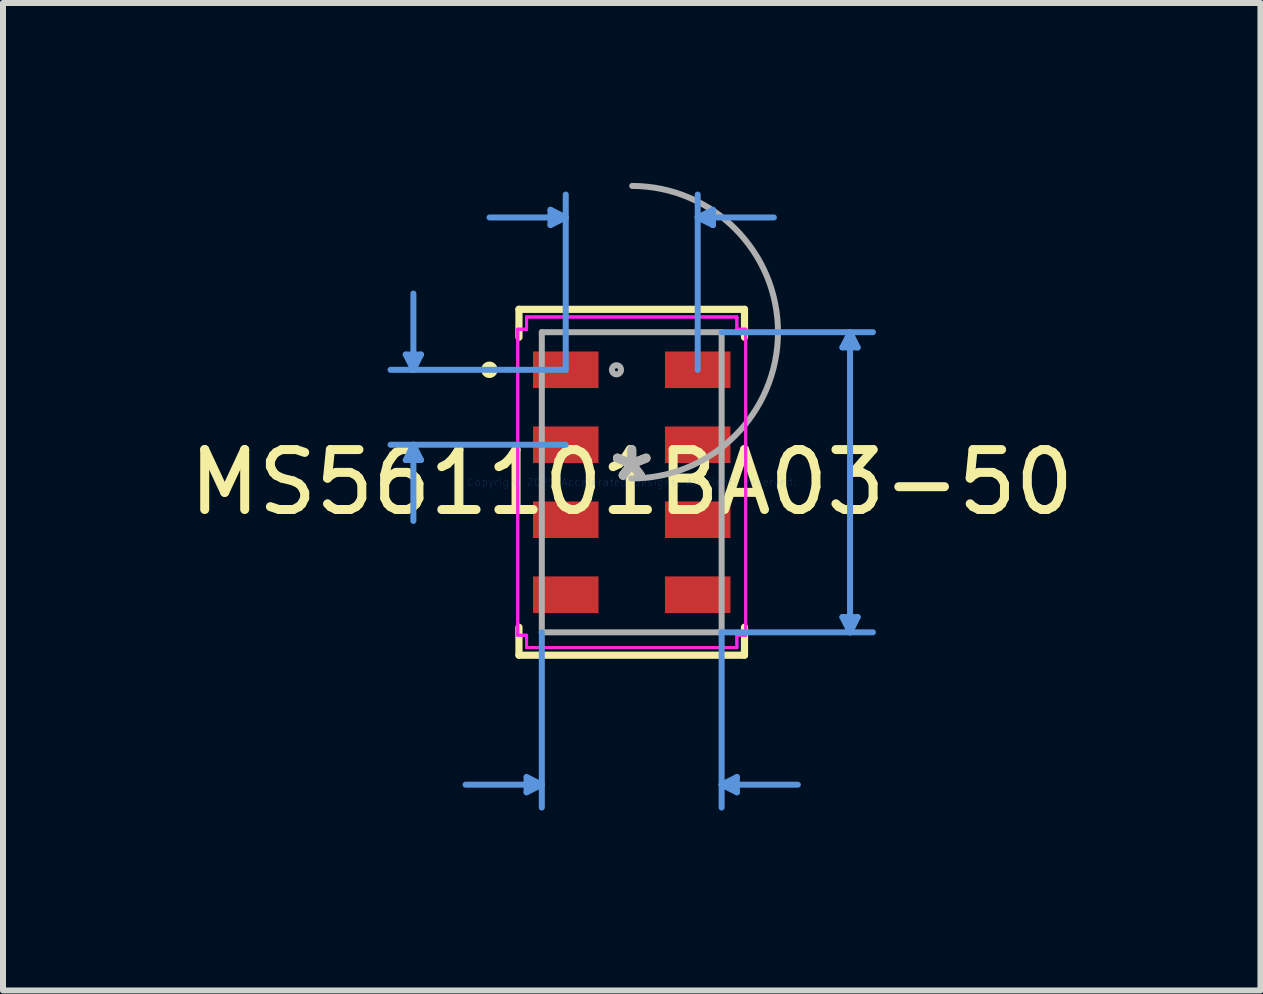
<source format=kicad_pcb>
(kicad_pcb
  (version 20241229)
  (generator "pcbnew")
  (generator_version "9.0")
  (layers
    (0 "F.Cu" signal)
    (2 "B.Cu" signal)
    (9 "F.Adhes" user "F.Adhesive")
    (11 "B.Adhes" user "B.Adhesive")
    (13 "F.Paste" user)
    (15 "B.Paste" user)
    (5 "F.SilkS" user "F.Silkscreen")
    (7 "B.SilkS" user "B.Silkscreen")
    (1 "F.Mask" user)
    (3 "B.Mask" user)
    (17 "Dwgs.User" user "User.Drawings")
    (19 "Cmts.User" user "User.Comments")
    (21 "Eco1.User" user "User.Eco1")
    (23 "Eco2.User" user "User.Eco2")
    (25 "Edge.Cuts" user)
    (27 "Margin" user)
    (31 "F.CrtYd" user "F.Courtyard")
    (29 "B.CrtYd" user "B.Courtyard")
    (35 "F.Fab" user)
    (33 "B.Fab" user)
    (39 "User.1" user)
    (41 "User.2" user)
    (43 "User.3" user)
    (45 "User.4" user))
  (footprint "MS561101BA03-50"
    (layer "F.Cu")
    (at 7.482 4.99)
    (property "Reference" "MS561101BA03-50" (at 0 0 0) (layer "F.SilkS") (effects (font (size 1 1) (thickness 0.15))))
    (attr through_hole)
    (fp_poly (pts (xy -1.646 -2.18) (xy -1.646 -1.57) (xy -0.554 -1.57) (xy -0.554 -2.18)) (stroke (width 0.1) (type solid)) (fill yes) (layer "F.Mask"))
    (fp_poly (pts (xy -1.646 -0.93) (xy -1.646 -0.32) (xy -0.554 -0.32) (xy -0.554 -0.93)) (stroke (width 0.1) (type solid)) (fill yes) (layer "F.Mask"))
    (fp_poly (pts (xy -1.646 0.32) (xy -1.646 0.93) (xy -0.554 0.93) (xy -0.554 0.32)) (stroke (width 0.1) (type solid)) (fill yes) (layer "F.Mask"))
    (fp_poly (pts (xy -1.646 1.57) (xy -1.646 2.18) (xy -0.554 2.18) (xy -0.554 1.57)) (stroke (width 0.1) (type solid)) (fill yes) (layer "F.Mask"))
    (fp_poly (pts (xy 0.554 -2.18) (xy 0.554 -1.57) (xy 1.646 -1.57) (xy 1.646 -2.18)) (stroke (width 0.1) (type solid)) (fill yes) (layer "F.Mask"))
    (fp_poly (pts (xy 0.554 -0.93) (xy 0.554 -0.32) (xy 1.646 -0.32) (xy 1.646 -0.93)) (stroke (width 0.1) (type solid)) (fill yes) (layer "F.Mask"))
    (fp_poly (pts (xy 0.554 0.32) (xy 0.554 0.93) (xy 1.646 0.93) (xy 1.646 0.32)) (stroke (width 0.1) (type solid)) (fill yes) (layer "F.Mask"))
    (fp_poly (pts (xy 0.554 1.57) (xy 0.554 2.18) (xy 1.646 2.18) (xy 1.646 1.57)) (stroke (width 0.1) (type solid)) (fill yes) (layer "F.Mask"))
    (fp_line (start -1.88 -2.883) (end -1.88 -2.417) (stroke (width 0.12) (type solid)) (layer "F.SilkS"))
    (fp_line (start -1.88 2.417) (end -1.88 2.883) (stroke (width 0.12) (type solid)) (layer "F.SilkS"))
    (fp_line (start -1.88 2.883) (end 1.88 2.883) (stroke (width 0.12) (type solid)) (layer "F.SilkS"))
    (fp_line (start 1.88 -2.883) (end -1.88 -2.883) (stroke (width 0.12) (type solid)) (layer "F.SilkS"))
    (fp_line (start 1.88 -2.417) (end 1.88 -2.883) (stroke (width 0.12) (type solid)) (layer "F.SilkS"))
    (fp_line (start 1.88 2.883) (end 1.88 2.417) (stroke (width 0.12) (type solid)) (layer "F.SilkS"))
    (fp_circle (center -2.373 -1.875) (end -2.296 -1.875) (stroke (width 0.12) (type solid)) (fill no) (layer "F.SilkS"))
    (fp_poly (pts (xy -1.646 -2.18) (xy -1.646 -1.57) (xy -0.554 -1.57) (xy -0.554 -2.18)) (stroke (width 0.1) (type solid)) (fill yes) (layer "F.Paste"))
    (fp_poly (pts (xy -1.646 -0.93) (xy -1.646 -0.32) (xy -0.554 -0.32) (xy -0.554 -0.93)) (stroke (width 0.1) (type solid)) (fill yes) (layer "F.Paste"))
    (fp_poly (pts (xy -1.646 0.32) (xy -1.646 0.93) (xy -0.554 0.93) (xy -0.554 0.32)) (stroke (width 0.1) (type solid)) (fill yes) (layer "F.Paste"))
    (fp_poly (pts (xy -1.646 1.57) (xy -1.646 2.18) (xy -0.554 2.18) (xy -0.554 1.57)) (stroke (width 0.1) (type solid)) (fill yes) (layer "F.Paste"))
    (fp_poly (pts (xy 0.554 -2.18) (xy 0.554 -1.57) (xy 1.646 -1.57) (xy 1.646 -2.18)) (stroke (width 0.1) (type solid)) (fill yes) (layer "F.Paste"))
    (fp_poly (pts (xy 0.554 -0.93) (xy 0.554 -0.32) (xy 1.646 -0.32) (xy 1.646 -0.93)) (stroke (width 0.1) (type solid)) (fill yes) (layer "F.Paste"))
    (fp_poly (pts (xy 0.554 0.32) (xy 0.554 0.93) (xy 1.646 0.93) (xy 1.646 0.32)) (stroke (width 0.1) (type solid)) (fill yes) (layer "F.Paste"))
    (fp_poly (pts (xy 0.554 1.57) (xy 0.554 2.18) (xy 1.646 2.18) (xy 1.646 1.57)) (stroke (width 0.1) (type solid)) (fill yes) (layer "F.Paste"))
    (fp_line (start -3.767 -2.129) (end -3.513 -2.129) (stroke (width 0.1) (type solid)) (layer "Cmts.User"))
    (fp_line (start -3.767 -0.371) (end -3.513 -0.371) (stroke (width 0.1) (type solid)) (layer "Cmts.User"))
    (fp_line (start -3.64 -1.875) (end -3.767 -2.129) (stroke (width 0.1) (type solid)) (layer "Cmts.User"))
    (fp_line (start -3.64 -1.875) (end -3.64 -3.145) (stroke (width 0.1) (type solid)) (layer "Cmts.User"))
    (fp_line (start -3.64 -1.875) (end -3.513 -2.129) (stroke (width 0.1) (type solid)) (layer "Cmts.User"))
    (fp_line (start -3.64 -0.625) (end -3.767 -0.371) (stroke (width 0.1) (type solid)) (layer "Cmts.User"))
    (fp_line (start -3.64 -0.625) (end -3.64 0.645) (stroke (width 0.1) (type solid)) (layer "Cmts.User"))
    (fp_line (start -3.64 -0.625) (end -3.513 -0.371) (stroke (width 0.1) (type solid)) (layer "Cmts.User"))
    (fp_line (start -1.753 4.915) (end -1.753 5.169) (stroke (width 0.1) (type solid)) (layer "Cmts.User"))
    (fp_line (start -1.499 2.502) (end -1.499 5.423) (stroke (width 0.1) (type solid)) (layer "Cmts.User"))
    (fp_line (start -1.499 5.042) (end -2.769 5.042) (stroke (width 0.1) (type solid)) (layer "Cmts.User"))
    (fp_line (start -1.499 5.042) (end -1.753 4.915) (stroke (width 0.1) (type solid)) (layer "Cmts.User"))
    (fp_line (start -1.499 5.042) (end -1.753 5.169) (stroke (width 0.1) (type solid)) (layer "Cmts.User"))
    (fp_line (start -1.354 -4.542) (end -1.354 -4.288) (stroke (width 0.1) (type solid)) (layer "Cmts.User"))
    (fp_line (start -1.1 -4.415) (end -2.37 -4.415) (stroke (width 0.1) (type solid)) (layer "Cmts.User"))
    (fp_line (start -1.1 -4.415) (end -1.354 -4.542) (stroke (width 0.1) (type solid)) (layer "Cmts.User"))
    (fp_line (start -1.1 -4.415) (end -1.354 -4.288) (stroke (width 0.1) (type solid)) (layer "Cmts.User"))
    (fp_line (start -1.1 -1.875) (end -4.021 -1.875) (stroke (width 0.1) (type solid)) (layer "Cmts.User"))
    (fp_line (start -1.1 -1.875) (end -1.1 -4.796) (stroke (width 0.1) (type solid)) (layer "Cmts.User"))
    (fp_line (start -1.1 -0.625) (end -4.021 -0.625) (stroke (width 0.1) (type solid)) (layer "Cmts.User"))
    (fp_line (start 1.1 -4.415) (end 1.354 -4.542) (stroke (width 0.1) (type solid)) (layer "Cmts.User"))
    (fp_line (start 1.1 -4.415) (end 1.354 -4.288) (stroke (width 0.1) (type solid)) (layer "Cmts.User"))
    (fp_line (start 1.1 -4.415) (end 2.37 -4.415) (stroke (width 0.1) (type solid)) (layer "Cmts.User"))
    (fp_line (start 1.1 -1.875) (end 1.1 -4.796) (stroke (width 0.1) (type solid)) (layer "Cmts.User"))
    (fp_line (start 1.354 -4.542) (end 1.354 -4.288) (stroke (width 0.1) (type solid)) (layer "Cmts.User"))
    (fp_line (start 1.499 -2.502) (end 4.021 -2.502) (stroke (width 0.1) (type solid)) (layer "Cmts.User"))
    (fp_line (start 1.499 2.502) (end 1.499 5.423) (stroke (width 0.1) (type solid)) (layer "Cmts.User"))
    (fp_line (start 1.499 2.502) (end 4.021 2.502) (stroke (width 0.1) (type solid)) (layer "Cmts.User"))
    (fp_line (start 1.499 5.042) (end 1.753 4.915) (stroke (width 0.1) (type solid)) (layer "Cmts.User"))
    (fp_line (start 1.499 5.042) (end 1.753 5.169) (stroke (width 0.1) (type solid)) (layer "Cmts.User"))
    (fp_line (start 1.499 5.042) (end 2.769 5.042) (stroke (width 0.1) (type solid)) (layer "Cmts.User"))
    (fp_line (start 1.753 4.915) (end 1.753 5.169) (stroke (width 0.1) (type solid)) (layer "Cmts.User"))
    (fp_line (start 3.513 -2.248) (end 3.767 -2.248) (stroke (width 0.1) (type solid)) (layer "Cmts.User"))
    (fp_line (start 3.513 2.248) (end 3.767 2.248) (stroke (width 0.1) (type solid)) (layer "Cmts.User"))
    (fp_line (start 3.64 -2.502) (end 3.513 -2.248) (stroke (width 0.1) (type solid)) (layer "Cmts.User"))
    (fp_line (start 3.64 -2.502) (end 3.64 2.502) (stroke (width 0.1) (type solid)) (layer "Cmts.User"))
    (fp_line (start 3.64 -2.502) (end 3.767 -2.248) (stroke (width 0.1) (type solid)) (layer "Cmts.User"))
    (fp_line (start 3.64 2.502) (end 3.513 2.248) (stroke (width 0.1) (type solid)) (layer "Cmts.User"))
    (fp_line (start 3.64 2.502) (end 3.767 2.248) (stroke (width 0.1) (type solid)) (layer "Cmts.User"))
    (fp_line (start -1.9 -2.551) (end -1.753 -2.551) (stroke (width 0.05) (type solid)) (layer "F.CrtYd"))
    (fp_line (start -1.9 -2.551) (end -1.753 -2.551) (stroke (width 0.05) (type solid)) (layer "F.CrtYd"))
    (fp_line (start -1.9 2.551) (end -1.9 -2.551) (stroke (width 0.05) (type solid)) (layer "F.CrtYd"))
    (fp_line (start -1.9 2.551) (end -1.9 -2.551) (stroke (width 0.05) (type solid)) (layer "F.CrtYd"))
    (fp_line (start -1.9 2.551) (end -1.753 2.551) (stroke (width 0.05) (type solid)) (layer "F.CrtYd"))
    (fp_line (start -1.753 -2.756) (end 1.753 -2.756) (stroke (width 0.05) (type solid)) (layer "F.CrtYd"))
    (fp_line (start -1.753 -2.756) (end 1.753 -2.756) (stroke (width 0.05) (type solid)) (layer "F.CrtYd"))
    (fp_line (start -1.753 -2.551) (end -1.753 -2.756) (stroke (width 0.05) (type solid)) (layer "F.CrtYd"))
    (fp_line (start -1.753 -2.551) (end -1.753 -2.756) (stroke (width 0.05) (type solid)) (layer "F.CrtYd"))
    (fp_line (start -1.753 2.551) (end -1.9 2.551) (stroke (width 0.05) (type solid)) (layer "F.CrtYd"))
    (fp_line (start -1.753 2.756) (end -1.753 2.551) (stroke (width 0.05) (type solid)) (layer "F.CrtYd"))
    (fp_line (start -1.753 2.756) (end -1.753 2.551) (stroke (width 0.05) (type solid)) (layer "F.CrtYd"))
    (fp_line (start 1.753 -2.756) (end 1.753 -2.551) (stroke (width 0.05) (type solid)) (layer "F.CrtYd"))
    (fp_line (start 1.753 -2.756) (end 1.753 -2.551) (stroke (width 0.05) (type solid)) (layer "F.CrtYd"))
    (fp_line (start 1.753 -2.551) (end 1.9 -2.551) (stroke (width 0.05) (type solid)) (layer "F.CrtYd"))
    (fp_line (start 1.753 2.551) (end 1.753 2.756) (stroke (width 0.05) (type solid)) (layer "F.CrtYd"))
    (fp_line (start 1.753 2.551) (end 1.753 2.756) (stroke (width 0.05) (type solid)) (layer "F.CrtYd"))
    (fp_line (start 1.753 2.756) (end -1.753 2.756) (stroke (width 0.05) (type solid)) (layer "F.CrtYd"))
    (fp_line (start 1.753 2.756) (end -1.753 2.756) (stroke (width 0.05) (type solid)) (layer "F.CrtYd"))
    (fp_line (start 1.9 -2.551) (end 1.753 -2.551) (stroke (width 0.05) (type solid)) (layer "F.CrtYd"))
    (fp_line (start 1.9 -2.551) (end 1.9 2.551) (stroke (width 0.05) (type solid)) (layer "F.CrtYd"))
    (fp_line (start 1.9 -2.551) (end 1.9 2.551) (stroke (width 0.05) (type solid)) (layer "F.CrtYd"))
    (fp_line (start 1.9 2.551) (end 1.753 2.551) (stroke (width 0.05) (type solid)) (layer "F.CrtYd"))
    (fp_line (start 1.9 2.551) (end 1.753 2.551) (stroke (width 0.05) (type solid)) (layer "F.CrtYd"))
    (fp_line (start -1.499 -2.502) (end -1.499 2.502) (stroke (width 0.1) (type solid)) (layer "F.Fab"))
    (fp_line (start -1.499 2.502) (end 1.499 2.502) (stroke (width 0.1) (type solid)) (layer "F.Fab"))
    (fp_line (start 1.499 -2.502) (end -1.499 -2.502) (stroke (width 0.1) (type solid)) (layer "F.Fab"))
    (fp_line (start 1.499 2.502) (end 1.499 -2.502) (stroke (width 0.1) (type solid)) (layer "F.Fab"))
    (fp_arc (start 0.007742 -4.940252) (mid 2.438352 -2.494158) (end -0.007742 -0.063548) (stroke (width 0.1) (type solid)) (layer "F.Fab"))
    (fp_circle (center -0.254 -1.875) (end -0.178 -1.875) (stroke (width 0.1) (type solid)) (fill no) (layer "F.Fab"))
    (fp_text user "*" (at 0 0 0) (layer "F.SilkS") (effects (font (size 1 1) (thickness 0.15))))
    (fp_text user "Copyright 2021 Accelerated Designs. All rights reserved." (at 0 0 0) (layer "Cmts.User") (effects (font (size 0.127 0.127) (thickness 0.002))))
    (fp_text user "*" (at 0 0 0) (layer "F.Fab") (effects (font (size 1 1) (thickness 0.15))))
    (pad "1" smd rect (at -1.1 -1.875) (size 1.092 0.61) (layers "F.Cu" "F.Mask" "F.Paste"))
    (pad "2" smd rect (at -1.1 -0.625) (size 1.092 0.61) (layers "F.Cu" "F.Mask" "F.Paste"))
    (pad "3" smd rect (at -1.1 0.625) (size 1.092 0.61) (layers "F.Cu" "F.Mask" "F.Paste"))
    (pad "4" smd rect (at -1.1 1.875) (size 1.092 0.61) (layers "F.Cu" "F.Mask" "F.Paste"))
    (pad "5" smd rect (at 1.1 1.875) (size 1.092 0.61) (layers "F.Cu" "F.Mask" "F.Paste"))
    (pad "6" smd rect (at 1.1 0.625) (size 1.092 0.61) (layers "F.Cu" "F.Mask" "F.Paste"))
    (pad "7" smd rect (at 1.1 -0.625) (size 1.092 0.61) (layers "F.Cu" "F.Mask" "F.Paste"))
    (pad "8" smd rect (at 1.1 -1.875) (size 1.092 0.61) (layers "F.Cu" "F.Mask" "F.Paste")))
  (gr_rect
    (start -3 -3)
    (end 17.964 13.463)
    (stroke (width 0.1) (type default))
    (fill no)
    (layer "Edge.Cuts")))
</source>
